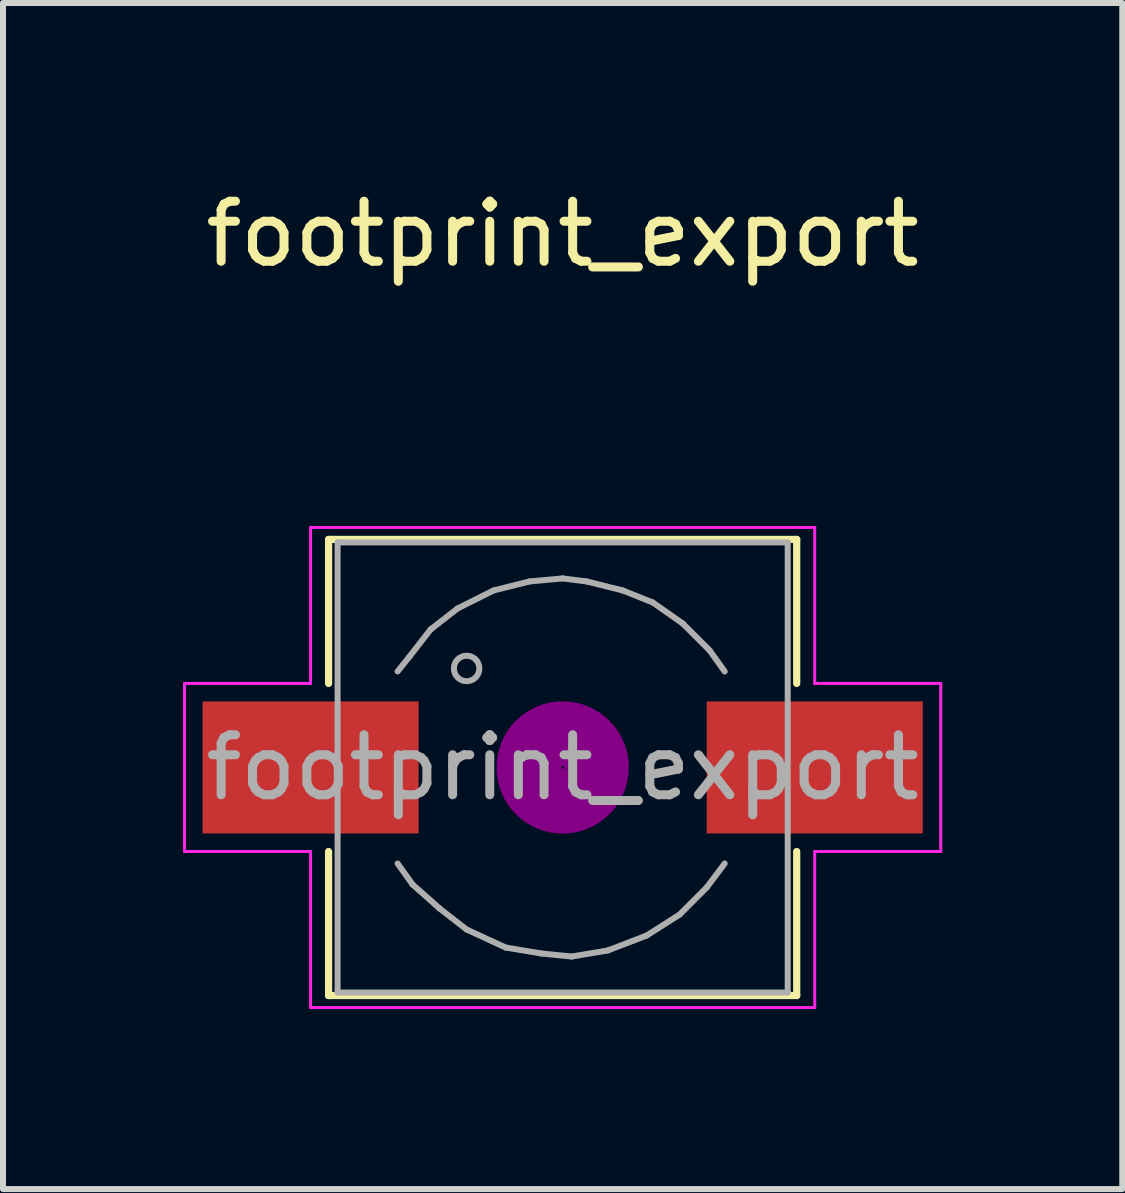
<source format=kicad_pcb>
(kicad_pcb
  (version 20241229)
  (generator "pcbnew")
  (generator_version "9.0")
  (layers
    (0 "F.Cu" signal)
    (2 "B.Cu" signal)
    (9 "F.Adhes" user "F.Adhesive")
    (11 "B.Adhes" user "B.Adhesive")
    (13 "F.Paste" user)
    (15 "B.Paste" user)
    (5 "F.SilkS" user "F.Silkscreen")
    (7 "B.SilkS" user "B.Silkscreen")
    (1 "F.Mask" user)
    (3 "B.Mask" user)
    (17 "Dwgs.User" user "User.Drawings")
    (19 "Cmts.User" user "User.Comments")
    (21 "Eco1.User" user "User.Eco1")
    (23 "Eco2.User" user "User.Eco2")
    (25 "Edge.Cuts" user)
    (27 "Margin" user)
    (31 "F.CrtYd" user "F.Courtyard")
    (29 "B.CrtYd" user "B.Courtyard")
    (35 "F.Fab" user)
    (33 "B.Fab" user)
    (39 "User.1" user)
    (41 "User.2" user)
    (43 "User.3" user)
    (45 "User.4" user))
  (footprint "footprint_export"
    (layer "F.Cu")
    (at 6.325 9.738)
    (property "Reference" "footprint_export" (at 0 -8.89 0) (layer "F.SilkS") (effects (font (size 1 1) (thickness 0.15))))
    (attr smd)
    (fp_line (start -3.9 -1.4) (end -3.9 -3.8) (stroke (width 0.12) (type solid)) (layer "F.SilkS"))
    (fp_line (start -3.9 1.4) (end -3.9 3.8) (stroke (width 0.12) (type solid)) (layer "F.SilkS"))
    (fp_line (start -3.9 3.8) (end 3.9 3.8) (stroke (width 0.12) (type solid)) (layer "F.SilkS"))
    (fp_line (start 3.9 -3.8) (end -3.9 -3.8) (stroke (width 0.12) (type solid)) (layer "F.SilkS"))
    (fp_line (start 3.9 -1.4) (end 3.9 -3.8) (stroke (width 0.12) (type solid)) (layer "F.SilkS"))
    (fp_line (start 3.9 3.8) (end 3.9 1.4) (stroke (width 0.12) (type solid)) (layer "F.SilkS"))
    (fp_circle (center 0 0) (end 0.15 0.15) (stroke (width 0.38) (type solid)) (fill no) (layer "F.Adhes"))
    (fp_circle (center 0 0) (end 0.55 0.05) (stroke (width 0.38) (type solid)) (fill no) (layer "F.Adhes"))
    (fp_circle (center 0 0) (end 0.9 0.15) (stroke (width 0.38) (type solid)) (fill no) (layer "F.Adhes"))
    (fp_line (start -6.3 -1.4) (end -6.3 1.4) (stroke (width 0.05) (type solid)) (layer "F.CrtYd"))
    (fp_line (start -6.3 1.4) (end -4.2 1.4) (stroke (width 0.05) (type solid)) (layer "F.CrtYd"))
    (fp_line (start -4.2 -4) (end -4.2 -1.4) (stroke (width 0.05) (type solid)) (layer "F.CrtYd"))
    (fp_line (start -4.2 -1.4) (end -6.3 -1.4) (stroke (width 0.05) (type solid)) (layer "F.CrtYd"))
    (fp_line (start -4.2 1.4) (end -4.2 4) (stroke (width 0.05) (type solid)) (layer "F.CrtYd"))
    (fp_line (start -4.2 4) (end 4.2 4) (stroke (width 0.05) (type solid)) (layer "F.CrtYd"))
    (fp_line (start 4.2 -4) (end -4.2 -4) (stroke (width 0.05) (type solid)) (layer "F.CrtYd"))
    (fp_line (start 4.2 -1.4) (end 4.2 -4) (stroke (width 0.05) (type solid)) (layer "F.CrtYd"))
    (fp_line (start 4.2 1.4) (end 6.3 1.4) (stroke (width 0.05) (type solid)) (layer "F.CrtYd"))
    (fp_line (start 4.2 4) (end 4.2 1.4) (stroke (width 0.05) (type solid)) (layer "F.CrtYd"))
    (fp_line (start 6.3 -1.4) (end 4.2 -1.4) (stroke (width 0.05) (type solid)) (layer "F.CrtYd"))
    (fp_line (start 6.3 1.4) (end 6.3 -1.4) (stroke (width 0.05) (type solid)) (layer "F.CrtYd"))
    (fp_line (start -3.75 -3.75) (end -3.75 3.75) (stroke (width 0.1) (type solid)) (layer "F.Fab"))
    (fp_line (start -3.75 3.75) (end 3.75 3.75) (stroke (width 0.1) (type solid)) (layer "F.Fab"))
    (fp_line (start -2.75 1.6) (end -2.5 1.95) (stroke (width 0.1) (type solid)) (layer "F.Fab"))
    (fp_line (start -2.55 -1.85) (end -2.75 -1.6) (stroke (width 0.1) (type solid)) (layer "F.Fab"))
    (fp_line (start -2.5 1.95) (end -2.05 2.35) (stroke (width 0.1) (type solid)) (layer "F.Fab"))
    (fp_line (start -2.2 -2.3) (end -2.55 -1.85) (stroke (width 0.1) (type solid)) (layer "F.Fab"))
    (fp_line (start -2.05 2.35) (end -1.6 2.7) (stroke (width 0.1) (type solid)) (layer "F.Fab"))
    (fp_line (start -1.75 -2.65) (end -2.2 -2.3) (stroke (width 0.1) (type solid)) (layer "F.Fab"))
    (fp_line (start -1.6 2.7) (end -0.95 3) (stroke (width 0.1) (type solid)) (layer "F.Fab"))
    (fp_line (start -1.15 -2.95) (end -1.75 -2.65) (stroke (width 0.1) (type solid)) (layer "F.Fab"))
    (fp_line (start -0.95 3) (end -0.35 3.1) (stroke (width 0.1) (type solid)) (layer "F.Fab"))
    (fp_line (start -0.55 -3.1) (end -1.15 -2.95) (stroke (width 0.1) (type solid)) (layer "F.Fab"))
    (fp_line (start -0.35 3.1) (end 0.15 3.15) (stroke (width 0.1) (type solid)) (layer "F.Fab"))
    (fp_line (start 0 -3.15) (end -0.55 -3.1) (stroke (width 0.1) (type solid)) (layer "F.Fab"))
    (fp_line (start 0.15 3.15) (end 0.75 3.05) (stroke (width 0.1) (type solid)) (layer "F.Fab"))
    (fp_line (start 0.4 -3.1) (end 0 -3.15) (stroke (width 0.1) (type solid)) (layer "F.Fab"))
    (fp_line (start 0.75 3.05) (end 1.4 2.8) (stroke (width 0.1) (type solid)) (layer "F.Fab"))
    (fp_line (start 1 -2.95) (end 0.4 -3.1) (stroke (width 0.1) (type solid)) (layer "F.Fab"))
    (fp_line (start 1.4 2.8) (end 1.95 2.45) (stroke (width 0.1) (type solid)) (layer "F.Fab"))
    (fp_line (start 1.5 -2.75) (end 1 -2.95) (stroke (width 0.1) (type solid)) (layer "F.Fab"))
    (fp_line (start 1.95 2.45) (end 2.4 2) (stroke (width 0.1) (type solid)) (layer "F.Fab"))
    (fp_line (start 2 -2.4) (end 1.5 -2.75) (stroke (width 0.1) (type solid)) (layer "F.Fab"))
    (fp_line (start 2.4 2) (end 2.7 1.6) (stroke (width 0.1) (type solid)) (layer "F.Fab"))
    (fp_line (start 2.45 -1.95) (end 2 -2.4) (stroke (width 0.1) (type solid)) (layer "F.Fab"))
    (fp_line (start 2.7 -1.6) (end 2.45 -1.95) (stroke (width 0.1) (type solid)) (layer "F.Fab"))
    (fp_line (start 3.75 -3.75) (end -3.75 -3.75) (stroke (width 0.1) (type solid)) (layer "F.Fab"))
    (fp_line (start 3.75 3.75) (end 3.75 -3.75) (stroke (width 0.1) (type solid)) (layer "F.Fab"))
    (fp_circle (center -1.6 -1.65) (end -1.45 -1.5) (stroke (width 0.1) (type solid)) (fill no) (layer "F.Fab"))
    (fp_text user "${REFERENCE}" (at 0 0 0) (layer "F.Fab") (effects (font (size 1 1) (thickness 0.15))))
    (pad "1" smd rect (at -4.2 0) (size 3.6 2.2) (layers "F.Cu" "F.Mask" "F.Paste"))
    (pad "2" smd rect (at 4.2 0) (size 3.6 2.2) (layers "F.Cu" "F.Mask" "F.Paste")))
  (gr_rect
    (start -3 -3)
    (end 15.65 16.763)
    (stroke (width 0.1) (type default))
    (fill no)
    (layer "Edge.Cuts")))
</source>
